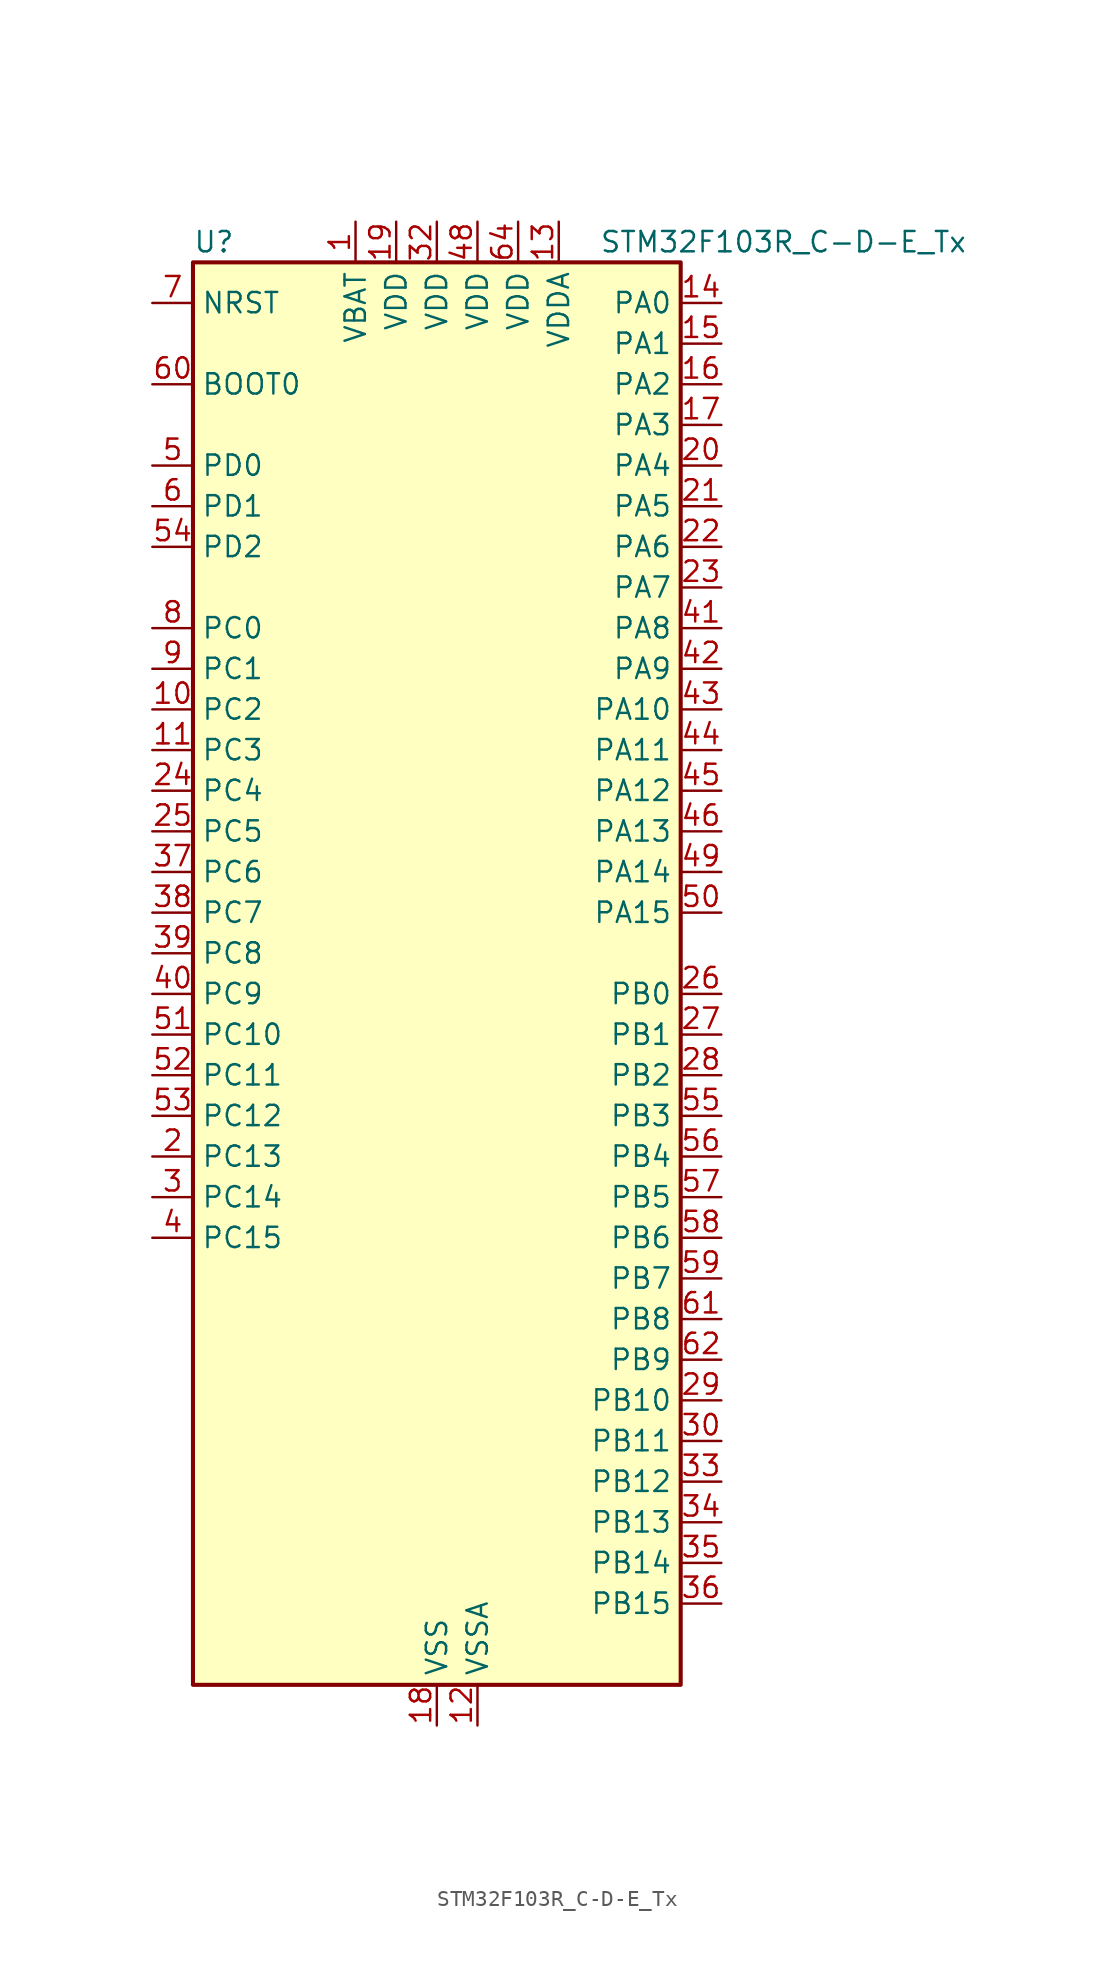
<source format=kicad_sym>
(kicad_symbol_lib
  (version 20220914)
  (generator kicad_symbol_editor)
  (symbol "STM32F103R_C-D-E_Tx"
    (property "Reference" "U"
      (at -15.24 46.99 0)
      (effects (font (size 1.27 1.27)) (justify left)))
    (property "Value" "STM32F103R_C-D-E_Tx"
      (at 10.16 46.99 0)
      (effects (font (size 1.27 1.27)) (justify left)))
    (property "ki_locked" ""
      (at 0 0 0)
      (effects (font (size 1.27 1.27))))
    (symbol "STM32F103R_C-D-E_Tx_0_1"
      (rectangle (start -15.24 -43.18) (end 15.24 45.72) (stroke (width 0.254) (type default)) (fill (type background))))
    (symbol "STM32F103R_C-D-E_Tx_1_1"
      (pin power_in line (at -5.08 48.26 270) (length 2.54) (name "VBAT" (effects (font (size 1.27 1.27)))) (number "1" (effects (font (size 1.27 1.27)))))
      (pin bidirectional line (at -17.78 17.78 0) (length 2.54) (name "PC2" (effects (font (size 1.27 1.27)))) (number "10" (effects (font (size 1.27 1.27)))) (alternate "ADC1_IN12" bidirectional line) (alternate "ADC2_IN12" bidirectional line) (alternate "ADC3_IN12" bidirectional line))
      (pin bidirectional line (at -17.78 15.24 0) (length 2.54) (name "PC3" (effects (font (size 1.27 1.27)))) (number "11" (effects (font (size 1.27 1.27)))) (alternate "ADC1_IN13" bidirectional line) (alternate "ADC2_IN13" bidirectional line) (alternate "ADC3_IN13" bidirectional line))
      (pin power_in line (at 2.54 -45.72 90) (length 2.54) (name "VSSA" (effects (font (size 1.27 1.27)))) (number "12" (effects (font (size 1.27 1.27)))))
      (pin power_in line (at 7.62 48.26 270) (length 2.54) (name "VDDA" (effects (font (size 1.27 1.27)))) (number "13" (effects (font (size 1.27 1.27)))))
      (pin bidirectional line (at 17.78 43.18 180) (length 2.54) (name "PA0" (effects (font (size 1.27 1.27)))) (number "14" (effects (font (size 1.27 1.27)))) (alternate "ADC1_IN0" bidirectional line) (alternate "ADC2_IN0" bidirectional line) (alternate "ADC3_IN0" bidirectional line) (alternate "SYS_WKUP" bidirectional line) (alternate "TIM2_CH1" bidirectional line) (alternate "TIM2_ETR" bidirectional line) (alternate "TIM5_CH1" bidirectional line) (alternate "TIM8_ETR" bidirectional line) (alternate "USART2_CTS" bidirectional line))
      (pin bidirectional line (at 17.78 40.64 180) (length 2.54) (name "PA1" (effects (font (size 1.27 1.27)))) (number "15" (effects (font (size 1.27 1.27)))) (alternate "ADC1_IN1" bidirectional line) (alternate "ADC2_IN1" bidirectional line) (alternate "ADC3_IN1" bidirectional line) (alternate "TIM2_CH2" bidirectional line) (alternate "TIM5_CH2" bidirectional line) (alternate "USART2_RTS" bidirectional line))
      (pin bidirectional line (at 17.78 38.1 180) (length 2.54) (name "PA2" (effects (font (size 1.27 1.27)))) (number "16" (effects (font (size 1.27 1.27)))) (alternate "ADC1_IN2" bidirectional line) (alternate "ADC2_IN2" bidirectional line) (alternate "ADC3_IN2" bidirectional line) (alternate "TIM2_CH3" bidirectional line) (alternate "TIM5_CH3" bidirectional line) (alternate "USART2_TX" bidirectional line))
      (pin bidirectional line (at 17.78 35.56 180) (length 2.54) (name "PA3" (effects (font (size 1.27 1.27)))) (number "17" (effects (font (size 1.27 1.27)))) (alternate "ADC1_IN3" bidirectional line) (alternate "ADC2_IN3" bidirectional line) (alternate "ADC3_IN3" bidirectional line) (alternate "TIM2_CH4" bidirectional line) (alternate "TIM5_CH4" bidirectional line) (alternate "USART2_RX" bidirectional line))
      (pin power_in line (at 0 -45.72 90) (length 2.54) (name "VSS" (effects (font (size 1.27 1.27)))) (number "18" (effects (font (size 1.27 1.27)))))
      (pin power_in line (at -2.54 48.26 270) (length 2.54) (name "VDD" (effects (font (size 1.27 1.27)))) (number "19" (effects (font (size 1.27 1.27)))))
      (pin bidirectional line (at -17.78 -10.16 0) (length 2.54) (name "PC13" (effects (font (size 1.27 1.27)))) (number "2" (effects (font (size 1.27 1.27)))) (alternate "RTC_OUT" bidirectional line) (alternate "RTC_TAMPER" bidirectional line))
      (pin bidirectional line (at 17.78 33.02 180) (length 2.54) (name "PA4" (effects (font (size 1.27 1.27)))) (number "20" (effects (font (size 1.27 1.27)))) (alternate "ADC1_IN4" bidirectional line) (alternate "ADC2_IN4" bidirectional line) (alternate "DAC_OUT1" bidirectional line) (alternate "SPI1_NSS" bidirectional line) (alternate "USART2_CK" bidirectional line))
      (pin bidirectional line (at 17.78 30.48 180) (length 2.54) (name "PA5" (effects (font (size 1.27 1.27)))) (number "21" (effects (font (size 1.27 1.27)))) (alternate "ADC1_IN5" bidirectional line) (alternate "ADC2_IN5" bidirectional line) (alternate "DAC_OUT2" bidirectional line) (alternate "SPI1_SCK" bidirectional line))
      (pin bidirectional line (at 17.78 27.94 180) (length 2.54) (name "PA6" (effects (font (size 1.27 1.27)))) (number "22" (effects (font (size 1.27 1.27)))) (alternate "ADC1_IN6" bidirectional line) (alternate "ADC2_IN6" bidirectional line) (alternate "SPI1_MISO" bidirectional line) (alternate "TIM1_BKIN" bidirectional line) (alternate "TIM3_CH1" bidirectional line) (alternate "TIM8_BKIN" bidirectional line))
      (pin bidirectional line (at 17.78 25.4 180) (length 2.54) (name "PA7" (effects (font (size 1.27 1.27)))) (number "23" (effects (font (size 1.27 1.27)))) (alternate "ADC1_IN7" bidirectional line) (alternate "ADC2_IN7" bidirectional line) (alternate "SPI1_MOSI" bidirectional line) (alternate "TIM1_CH1N" bidirectional line) (alternate "TIM3_CH2" bidirectional line) (alternate "TIM8_CH1N" bidirectional line))
      (pin bidirectional line (at -17.78 12.7 0) (length 2.54) (name "PC4" (effects (font (size 1.27 1.27)))) (number "24" (effects (font (size 1.27 1.27)))) (alternate "ADC1_IN14" bidirectional line) (alternate "ADC2_IN14" bidirectional line))
      (pin bidirectional line (at -17.78 10.16 0) (length 2.54) (name "PC5" (effects (font (size 1.27 1.27)))) (number "25" (effects (font (size 1.27 1.27)))) (alternate "ADC1_IN15" bidirectional line) (alternate "ADC2_IN15" bidirectional line))
      (pin bidirectional line (at 17.78 0 180) (length 2.54) (name "PB0" (effects (font (size 1.27 1.27)))) (number "26" (effects (font (size 1.27 1.27)))) (alternate "ADC1_IN8" bidirectional line) (alternate "ADC2_IN8" bidirectional line) (alternate "TIM1_CH2N" bidirectional line) (alternate "TIM3_CH3" bidirectional line) (alternate "TIM8_CH2N" bidirectional line))
      (pin bidirectional line (at 17.78 -2.54 180) (length 2.54) (name "PB1" (effects (font (size 1.27 1.27)))) (number "27" (effects (font (size 1.27 1.27)))) (alternate "ADC1_IN9" bidirectional line) (alternate "ADC2_IN9" bidirectional line) (alternate "TIM1_CH3N" bidirectional line) (alternate "TIM3_CH4" bidirectional line) (alternate "TIM8_CH3N" bidirectional line))
      (pin bidirectional line (at 17.78 -5.08 180) (length 2.54) (name "PB2" (effects (font (size 1.27 1.27)))) (number "28" (effects (font (size 1.27 1.27)))))
      (pin bidirectional line (at 17.78 -25.4 180) (length 2.54) (name "PB10" (effects (font (size 1.27 1.27)))) (number "29" (effects (font (size 1.27 1.27)))) (alternate "I2C2_SCL" bidirectional line) (alternate "TIM2_CH3" bidirectional line) (alternate "USART3_TX" bidirectional line))
      (pin bidirectional line (at -17.78 -12.7 0) (length 2.54) (name "PC14" (effects (font (size 1.27 1.27)))) (number "3" (effects (font (size 1.27 1.27)))) (alternate "RCC_OSC32_IN" bidirectional line))
      (pin bidirectional line (at 17.78 -27.94 180) (length 2.54) (name "PB11" (effects (font (size 1.27 1.27)))) (number "30" (effects (font (size 1.27 1.27)))) (alternate "ADC1_EXTI11" bidirectional line) (alternate "ADC2_EXTI11" bidirectional line) (alternate "I2C2_SDA" bidirectional line) (alternate "TIM2_CH4" bidirectional line) (alternate "USART3_RX" bidirectional line))
      (pin passive line (at 0 -45.72 90) (length 2.54) hide (name "VSS" (effects (font (size 1.27 1.27)))) (number "31" (effects (font (size 1.27 1.27)))))
      (pin power_in line (at 0 48.26 270) (length 2.54) (name "VDD" (effects (font (size 1.27 1.27)))) (number "32" (effects (font (size 1.27 1.27)))))
      (pin bidirectional line (at 17.78 -30.48 180) (length 2.54) (name "PB12" (effects (font (size 1.27 1.27)))) (number "33" (effects (font (size 1.27 1.27)))) (alternate "I2C2_SMBA" bidirectional line) (alternate "I2S2_WS" bidirectional line) (alternate "SPI2_NSS" bidirectional line) (alternate "TIM1_BKIN" bidirectional line) (alternate "USART3_CK" bidirectional line))
      (pin bidirectional line (at 17.78 -33.02 180) (length 2.54) (name "PB13" (effects (font (size 1.27 1.27)))) (number "34" (effects (font (size 1.27 1.27)))) (alternate "I2S2_CK" bidirectional line) (alternate "SPI2_SCK" bidirectional line) (alternate "TIM1_CH1N" bidirectional line) (alternate "USART3_CTS" bidirectional line))
      (pin bidirectional line (at 17.78 -35.56 180) (length 2.54) (name "PB14" (effects (font (size 1.27 1.27)))) (number "35" (effects (font (size 1.27 1.27)))) (alternate "SPI2_MISO" bidirectional line) (alternate "TIM1_CH2N" bidirectional line) (alternate "USART3_RTS" bidirectional line))
      (pin bidirectional line (at 17.78 -38.1 180) (length 2.54) (name "PB15" (effects (font (size 1.27 1.27)))) (number "36" (effects (font (size 1.27 1.27)))) (alternate "ADC1_EXTI15" bidirectional line) (alternate "ADC2_EXTI15" bidirectional line) (alternate "I2S2_SD" bidirectional line) (alternate "SPI2_MOSI" bidirectional line) (alternate "TIM1_CH3N" bidirectional line))
      (pin bidirectional line (at -17.78 7.62 0) (length 2.54) (name "PC6" (effects (font (size 1.27 1.27)))) (number "37" (effects (font (size 1.27 1.27)))) (alternate "I2S2_MCK" bidirectional line) (alternate "SDIO_D6" bidirectional line) (alternate "TIM3_CH1" bidirectional line) (alternate "TIM8_CH1" bidirectional line))
      (pin bidirectional line (at -17.78 5.08 0) (length 2.54) (name "PC7" (effects (font (size 1.27 1.27)))) (number "38" (effects (font (size 1.27 1.27)))) (alternate "I2S3_MCK" bidirectional line) (alternate "SDIO_D7" bidirectional line) (alternate "TIM3_CH2" bidirectional line) (alternate "TIM8_CH2" bidirectional line))
      (pin bidirectional line (at -17.78 2.54 0) (length 2.54) (name "PC8" (effects (font (size 1.27 1.27)))) (number "39" (effects (font (size 1.27 1.27)))) (alternate "SDIO_D0" bidirectional line) (alternate "TIM3_CH3" bidirectional line) (alternate "TIM8_CH3" bidirectional line))
      (pin bidirectional line (at -17.78 -15.24 0) (length 2.54) (name "PC15" (effects (font (size 1.27 1.27)))) (number "4" (effects (font (size 1.27 1.27)))) (alternate "ADC1_EXTI15" bidirectional line) (alternate "ADC2_EXTI15" bidirectional line) (alternate "RCC_OSC32_OUT" bidirectional line))
      (pin bidirectional line (at -17.78 0 0) (length 2.54) (name "PC9" (effects (font (size 1.27 1.27)))) (number "40" (effects (font (size 1.27 1.27)))) (alternate "DAC_EXTI9" bidirectional line) (alternate "SDIO_D1" bidirectional line) (alternate "TIM3_CH4" bidirectional line) (alternate "TIM8_CH4" bidirectional line))
      (pin bidirectional line (at 17.78 22.86 180) (length 2.54) (name "PA8" (effects (font (size 1.27 1.27)))) (number "41" (effects (font (size 1.27 1.27)))) (alternate "RCC_MCO" bidirectional line) (alternate "TIM1_CH1" bidirectional line) (alternate "USART1_CK" bidirectional line))
      (pin bidirectional line (at 17.78 20.32 180) (length 2.54) (name "PA9" (effects (font (size 1.27 1.27)))) (number "42" (effects (font (size 1.27 1.27)))) (alternate "DAC_EXTI9" bidirectional line) (alternate "TIM1_CH2" bidirectional line) (alternate "USART1_TX" bidirectional line))
      (pin bidirectional line (at 17.78 17.78 180) (length 2.54) (name "PA10" (effects (font (size 1.27 1.27)))) (number "43" (effects (font (size 1.27 1.27)))) (alternate "TIM1_CH3" bidirectional line) (alternate "USART1_RX" bidirectional line))
      (pin bidirectional line (at 17.78 15.24 180) (length 2.54) (name "PA11" (effects (font (size 1.27 1.27)))) (number "44" (effects (font (size 1.27 1.27)))) (alternate "ADC1_EXTI11" bidirectional line) (alternate "ADC2_EXTI11" bidirectional line) (alternate "CAN_RX" bidirectional line) (alternate "TIM1_CH4" bidirectional line) (alternate "USART1_CTS" bidirectional line) (alternate "USB_DM" bidirectional line))
      (pin bidirectional line (at 17.78 12.7 180) (length 2.54) (name "PA12" (effects (font (size 1.27 1.27)))) (number "45" (effects (font (size 1.27 1.27)))) (alternate "CAN_TX" bidirectional line) (alternate "TIM1_ETR" bidirectional line) (alternate "USART1_RTS" bidirectional line) (alternate "USB_DP" bidirectional line))
      (pin bidirectional line (at 17.78 10.16 180) (length 2.54) (name "PA13" (effects (font (size 1.27 1.27)))) (number "46" (effects (font (size 1.27 1.27)))) (alternate "SYS_JTMS-SWDIO" bidirectional line))
      (pin passive line (at 0 -45.72 90) (length 2.54) hide (name "VSS" (effects (font (size 1.27 1.27)))) (number "47" (effects (font (size 1.27 1.27)))))
      (pin power_in line (at 2.54 48.26 270) (length 2.54) (name "VDD" (effects (font (size 1.27 1.27)))) (number "48" (effects (font (size 1.27 1.27)))))
      (pin bidirectional line (at 17.78 7.62 180) (length 2.54) (name "PA14" (effects (font (size 1.27 1.27)))) (number "49" (effects (font (size 1.27 1.27)))) (alternate "SYS_JTCK-SWCLK" bidirectional line))
      (pin bidirectional line (at -17.78 33.02 0) (length 2.54) (name "PD0" (effects (font (size 1.27 1.27)))) (number "5" (effects (font (size 1.27 1.27)))) (alternate "RCC_OSC_IN" bidirectional line))
      (pin bidirectional line (at 17.78 5.08 180) (length 2.54) (name "PA15" (effects (font (size 1.27 1.27)))) (number "50" (effects (font (size 1.27 1.27)))) (alternate "ADC1_EXTI15" bidirectional line) (alternate "ADC2_EXTI15" bidirectional line) (alternate "I2S3_WS" bidirectional line) (alternate "SPI1_NSS" bidirectional line) (alternate "SPI3_NSS" bidirectional line) (alternate "SYS_JTDI" bidirectional line) (alternate "TIM2_CH1" bidirectional line) (alternate "TIM2_ETR" bidirectional line))
      (pin bidirectional line (at -17.78 -2.54 0) (length 2.54) (name "PC10" (effects (font (size 1.27 1.27)))) (number "51" (effects (font (size 1.27 1.27)))) (alternate "SDIO_D2" bidirectional line) (alternate "UART4_TX" bidirectional line) (alternate "USART3_TX" bidirectional line))
      (pin bidirectional line (at -17.78 -5.08 0) (length 2.54) (name "PC11" (effects (font (size 1.27 1.27)))) (number "52" (effects (font (size 1.27 1.27)))) (alternate "ADC1_EXTI11" bidirectional line) (alternate "ADC2_EXTI11" bidirectional line) (alternate "SDIO_D3" bidirectional line) (alternate "UART4_RX" bidirectional line) (alternate "USART3_RX" bidirectional line))
      (pin bidirectional line (at -17.78 -7.62 0) (length 2.54) (name "PC12" (effects (font (size 1.27 1.27)))) (number "53" (effects (font (size 1.27 1.27)))) (alternate "SDIO_CK" bidirectional line) (alternate "UART5_TX" bidirectional line) (alternate "USART3_CK" bidirectional line))
      (pin bidirectional line (at -17.78 27.94 0) (length 2.54) (name "PD2" (effects (font (size 1.27 1.27)))) (number "54" (effects (font (size 1.27 1.27)))) (alternate "SDIO_CMD" bidirectional line) (alternate "TIM3_ETR" bidirectional line) (alternate "UART5_RX" bidirectional line))
      (pin bidirectional line (at 17.78 -7.62 180) (length 2.54) (name "PB3" (effects (font (size 1.27 1.27)))) (number "55" (effects (font (size 1.27 1.27)))) (alternate "I2S3_CK" bidirectional line) (alternate "SPI1_SCK" bidirectional line) (alternate "SPI3_SCK" bidirectional line) (alternate "SYS_JTDO-TRACESWO" bidirectional line) (alternate "TIM2_CH2" bidirectional line))
      (pin bidirectional line (at 17.78 -10.16 180) (length 2.54) (name "PB4" (effects (font (size 1.27 1.27)))) (number "56" (effects (font (size 1.27 1.27)))) (alternate "SPI1_MISO" bidirectional line) (alternate "SPI3_MISO" bidirectional line) (alternate "SYS_NJTRST" bidirectional line) (alternate "TIM3_CH1" bidirectional line))
      (pin bidirectional line (at 17.78 -12.7 180) (length 2.54) (name "PB5" (effects (font (size 1.27 1.27)))) (number "57" (effects (font (size 1.27 1.27)))) (alternate "I2C1_SMBA" bidirectional line) (alternate "I2S3_SD" bidirectional line) (alternate "SPI1_MOSI" bidirectional line) (alternate "SPI3_MOSI" bidirectional line) (alternate "TIM3_CH2" bidirectional line))
      (pin bidirectional line (at 17.78 -15.24 180) (length 2.54) (name "PB6" (effects (font (size 1.27 1.27)))) (number "58" (effects (font (size 1.27 1.27)))) (alternate "I2C1_SCL" bidirectional line) (alternate "TIM4_CH1" bidirectional line) (alternate "USART1_TX" bidirectional line))
      (pin bidirectional line (at 17.78 -17.78 180) (length 2.54) (name "PB7" (effects (font (size 1.27 1.27)))) (number "59" (effects (font (size 1.27 1.27)))) (alternate "I2C1_SDA" bidirectional line) (alternate "TIM4_CH2" bidirectional line) (alternate "USART1_RX" bidirectional line))
      (pin bidirectional line (at -17.78 30.48 0) (length 2.54) (name "PD1" (effects (font (size 1.27 1.27)))) (number "6" (effects (font (size 1.27 1.27)))) (alternate "RCC_OSC_OUT" bidirectional line))
      (pin input line (at -17.78 38.1 0) (length 2.54) (name "BOOT0" (effects (font (size 1.27 1.27)))) (number "60" (effects (font (size 1.27 1.27)))))
      (pin bidirectional line (at 17.78 -20.32 180) (length 2.54) (name "PB8" (effects (font (size 1.27 1.27)))) (number "61" (effects (font (size 1.27 1.27)))) (alternate "CAN_RX" bidirectional line) (alternate "I2C1_SCL" bidirectional line) (alternate "SDIO_D4" bidirectional line) (alternate "TIM4_CH3" bidirectional line))
      (pin bidirectional line (at 17.78 -22.86 180) (length 2.54) (name "PB9" (effects (font (size 1.27 1.27)))) (number "62" (effects (font (size 1.27 1.27)))) (alternate "CAN_TX" bidirectional line) (alternate "DAC_EXTI9" bidirectional line) (alternate "I2C1_SDA" bidirectional line) (alternate "SDIO_D5" bidirectional line) (alternate "TIM4_CH4" bidirectional line))
      (pin passive line (at 0 -45.72 90) (length 2.54) hide (name "VSS" (effects (font (size 1.27 1.27)))) (number "63" (effects (font (size 1.27 1.27)))))
      (pin power_in line (at 5.08 48.26 270) (length 2.54) (name "VDD" (effects (font (size 1.27 1.27)))) (number "64" (effects (font (size 1.27 1.27)))))
      (pin input line (at -17.78 43.18 0) (length 2.54) (name "NRST" (effects (font (size 1.27 1.27)))) (number "7" (effects (font (size 1.27 1.27)))))
      (pin bidirectional line (at -17.78 22.86 0) (length 2.54) (name "PC0" (effects (font (size 1.27 1.27)))) (number "8" (effects (font (size 1.27 1.27)))) (alternate "ADC1_IN10" bidirectional line) (alternate "ADC2_IN10" bidirectional line) (alternate "ADC3_IN10" bidirectional line))
      (pin bidirectional line (at -17.78 20.32 0) (length 2.54) (name "PC1" (effects (font (size 1.27 1.27)))) (number "9" (effects (font (size 1.27 1.27)))) (alternate "ADC1_IN11" bidirectional line) (alternate "ADC2_IN11" bidirectional line) (alternate "ADC3_IN11" bidirectional line)))))
</source>
